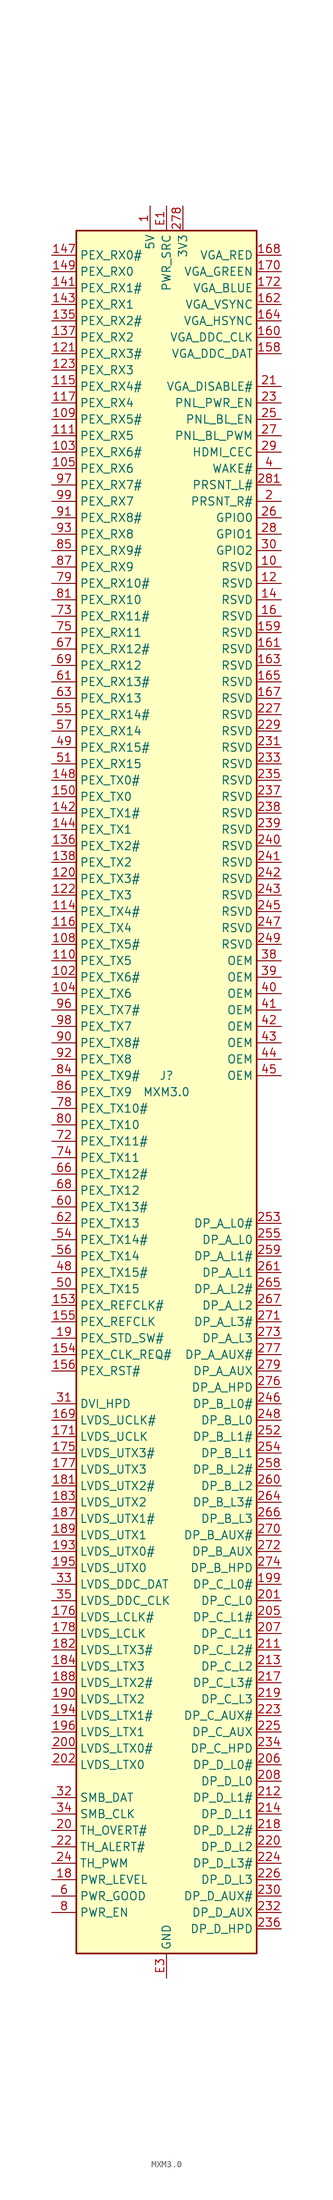
<source format=kicad_sym>
(kicad_symbol_lib
  (version 20220914)
  (generator kicad_symbol_editor)
  (symbol "MXM3.0"
    (property "Reference" "J"
      (at 0 2.54 0)
      (effects (font (size 1.27 1.27))))
    (property "Value" "MXM3.0"
      (at 0 0 0)
      (effects (font (size 1.27 1.27))))
    (symbol "MXM3.0_1_1"
      (rectangle (start -13.97 133.35) (end 13.97 -133.35) (stroke (width 0.254) (type solid)) (fill (type background)))
      (pin power_in line (at -2.54 137.16 270) (length 3.81) (name "5V" (effects (font (size 1.27 1.27)))) (number "1" (effects (font (size 1.27 1.27)))))
      (pin bidirectional line (at 17.78 81.28 180) (length 3.81) (name "RSVD" (effects (font (size 1.27 1.27)))) (number "10" (effects (font (size 1.27 1.27)))))
      (pin passive line (at 0 -137.16 90) (length 3.81) hide (name "GND" (effects (font (size 1.27 1.27)))) (number "100" (effects (font (size 1.27 1.27)))))
      (pin passive line (at 0 -137.16 90) (length 3.81) hide (name "GND" (effects (font (size 1.27 1.27)))) (number "101" (effects (font (size 1.27 1.27)))))
      (pin input line (at -17.78 17.78 0) (length 3.81) (name "PEX_TX6#" (effects (font (size 1.27 1.27)))) (number "102" (effects (font (size 1.27 1.27)))))
      (pin output line (at -17.78 99.06 0) (length 3.81) (name "PEX_RX6#" (effects (font (size 1.27 1.27)))) (number "103" (effects (font (size 1.27 1.27)))))
      (pin input line (at -17.78 15.24 0) (length 3.81) (name "PEX_TX6" (effects (font (size 1.27 1.27)))) (number "104" (effects (font (size 1.27 1.27)))))
      (pin output line (at -17.78 96.52 0) (length 3.81) (name "PEX_RX6" (effects (font (size 1.27 1.27)))) (number "105" (effects (font (size 1.27 1.27)))))
      (pin passive line (at 0 -137.16 90) (length 3.81) hide (name "GND" (effects (font (size 1.27 1.27)))) (number "106" (effects (font (size 1.27 1.27)))))
      (pin passive line (at 0 -137.16 90) (length 3.81) hide (name "GND" (effects (font (size 1.27 1.27)))) (number "107" (effects (font (size 1.27 1.27)))))
      (pin input line (at -17.78 22.86 0) (length 3.81) (name "PEX_TX5#" (effects (font (size 1.27 1.27)))) (number "108" (effects (font (size 1.27 1.27)))))
      (pin output line (at -17.78 104.14 0) (length 3.81) (name "PEX_RX5#" (effects (font (size 1.27 1.27)))) (number "109" (effects (font (size 1.27 1.27)))))
      (pin passive line (at 0 -137.16 90) (length 3.81) hide (name "GND" (effects (font (size 1.27 1.27)))) (number "11" (effects (font (size 1.27 1.27)))))
      (pin input line (at -17.78 20.32 0) (length 3.81) (name "PEX_TX5" (effects (font (size 1.27 1.27)))) (number "110" (effects (font (size 1.27 1.27)))))
      (pin output line (at -17.78 101.6 0) (length 3.81) (name "PEX_RX5" (effects (font (size 1.27 1.27)))) (number "111" (effects (font (size 1.27 1.27)))))
      (pin passive line (at 0 -137.16 90) (length 3.81) hide (name "GND" (effects (font (size 1.27 1.27)))) (number "112" (effects (font (size 1.27 1.27)))))
      (pin passive line (at 0 -137.16 90) (length 3.81) hide (name "GND" (effects (font (size 1.27 1.27)))) (number "113" (effects (font (size 1.27 1.27)))))
      (pin input line (at -17.78 27.94 0) (length 3.81) (name "PEX_TX4#" (effects (font (size 1.27 1.27)))) (number "114" (effects (font (size 1.27 1.27)))))
      (pin output line (at -17.78 109.22 0) (length 3.81) (name "PEX_RX4#" (effects (font (size 1.27 1.27)))) (number "115" (effects (font (size 1.27 1.27)))))
      (pin input line (at -17.78 25.4 0) (length 3.81) (name "PEX_TX4" (effects (font (size 1.27 1.27)))) (number "116" (effects (font (size 1.27 1.27)))))
      (pin output line (at -17.78 106.68 0) (length 3.81) (name "PEX_RX4" (effects (font (size 1.27 1.27)))) (number "117" (effects (font (size 1.27 1.27)))))
      (pin passive line (at 0 -137.16 90) (length 3.81) hide (name "GND" (effects (font (size 1.27 1.27)))) (number "118" (effects (font (size 1.27 1.27)))))
      (pin passive line (at 0 -137.16 90) (length 3.81) hide (name "GND" (effects (font (size 1.27 1.27)))) (number "119" (effects (font (size 1.27 1.27)))))
      (pin bidirectional line (at 17.78 78.74 180) (length 3.81) (name "RSVD" (effects (font (size 1.27 1.27)))) (number "12" (effects (font (size 1.27 1.27)))))
      (pin input line (at -17.78 33.02 0) (length 3.81) (name "PEX_TX3#" (effects (font (size 1.27 1.27)))) (number "120" (effects (font (size 1.27 1.27)))))
      (pin output line (at -17.78 114.3 0) (length 3.81) (name "PEX_RX3#" (effects (font (size 1.27 1.27)))) (number "121" (effects (font (size 1.27 1.27)))))
      (pin input line (at -17.78 30.48 0) (length 3.81) (name "PEX_TX3" (effects (font (size 1.27 1.27)))) (number "122" (effects (font (size 1.27 1.27)))))
      (pin output line (at -17.78 111.76 0) (length 3.81) (name "PEX_RX3" (effects (font (size 1.27 1.27)))) (number "123" (effects (font (size 1.27 1.27)))))
      (pin passive line (at 0 -137.16 90) (length 3.81) hide (name "GND" (effects (font (size 1.27 1.27)))) (number "124" (effects (font (size 1.27 1.27)))))
      (pin passive line (at 0 -137.16 90) (length 3.81) hide (name "GND" (effects (font (size 1.27 1.27)))) (number "125" (effects (font (size 1.27 1.27)))))
      (pin passive line (at 0 -137.16 90) (length 3.81) hide (name "GND" (effects (font (size 1.27 1.27)))) (number "13" (effects (font (size 1.27 1.27)))))
      (pin passive line (at 0 -137.16 90) (length 3.81) hide (name "GND" (effects (font (size 1.27 1.27)))) (number "133" (effects (font (size 1.27 1.27)))))
      (pin passive line (at 0 -137.16 90) (length 3.81) hide (name "GND" (effects (font (size 1.27 1.27)))) (number "134" (effects (font (size 1.27 1.27)))))
      (pin output line (at -17.78 119.38 0) (length 3.81) (name "PEX_RX2#" (effects (font (size 1.27 1.27)))) (number "135" (effects (font (size 1.27 1.27)))))
      (pin input line (at -17.78 38.1 0) (length 3.81) (name "PEX_TX2#" (effects (font (size 1.27 1.27)))) (number "136" (effects (font (size 1.27 1.27)))))
      (pin output line (at -17.78 116.84 0) (length 3.81) (name "PEX_RX2" (effects (font (size 1.27 1.27)))) (number "137" (effects (font (size 1.27 1.27)))))
      (pin input line (at -17.78 35.56 0) (length 3.81) (name "PEX_TX2" (effects (font (size 1.27 1.27)))) (number "138" (effects (font (size 1.27 1.27)))))
      (pin passive line (at 0 -137.16 90) (length 3.81) hide (name "GND" (effects (font (size 1.27 1.27)))) (number "139" (effects (font (size 1.27 1.27)))))
      (pin bidirectional line (at 17.78 76.2 180) (length 3.81) (name "RSVD" (effects (font (size 1.27 1.27)))) (number "14" (effects (font (size 1.27 1.27)))))
      (pin passive line (at 0 -137.16 90) (length 3.81) hide (name "GND" (effects (font (size 1.27 1.27)))) (number "140" (effects (font (size 1.27 1.27)))))
      (pin output line (at -17.78 124.46 0) (length 3.81) (name "PEX_RX1#" (effects (font (size 1.27 1.27)))) (number "141" (effects (font (size 1.27 1.27)))))
      (pin input line (at -17.78 43.18 0) (length 3.81) (name "PEX_TX1#" (effects (font (size 1.27 1.27)))) (number "142" (effects (font (size 1.27 1.27)))))
      (pin output line (at -17.78 121.92 0) (length 3.81) (name "PEX_RX1" (effects (font (size 1.27 1.27)))) (number "143" (effects (font (size 1.27 1.27)))))
      (pin input line (at -17.78 40.64 0) (length 3.81) (name "PEX_TX1" (effects (font (size 1.27 1.27)))) (number "144" (effects (font (size 1.27 1.27)))))
      (pin passive line (at 0 -137.16 90) (length 3.81) hide (name "GND" (effects (font (size 1.27 1.27)))) (number "145" (effects (font (size 1.27 1.27)))))
      (pin passive line (at 0 -137.16 90) (length 3.81) hide (name "GND" (effects (font (size 1.27 1.27)))) (number "146" (effects (font (size 1.27 1.27)))))
      (pin output line (at -17.78 129.54 0) (length 3.81) (name "PEX_RX0#" (effects (font (size 1.27 1.27)))) (number "147" (effects (font (size 1.27 1.27)))))
      (pin input line (at -17.78 48.26 0) (length 3.81) (name "PEX_TX0#" (effects (font (size 1.27 1.27)))) (number "148" (effects (font (size 1.27 1.27)))))
      (pin output line (at -17.78 127 0) (length 3.81) (name "PEX_RX0" (effects (font (size 1.27 1.27)))) (number "149" (effects (font (size 1.27 1.27)))))
      (pin passive line (at 0 -137.16 90) (length 3.81) hide (name "GND" (effects (font (size 1.27 1.27)))) (number "15" (effects (font (size 1.27 1.27)))))
      (pin input line (at -17.78 45.72 0) (length 3.81) (name "PEX_TX0" (effects (font (size 1.27 1.27)))) (number "150" (effects (font (size 1.27 1.27)))))
      (pin passive line (at 0 -137.16 90) (length 3.81) hide (name "GND" (effects (font (size 1.27 1.27)))) (number "151" (effects (font (size 1.27 1.27)))))
      (pin passive line (at 0 -137.16 90) (length 3.81) hide (name "GND" (effects (font (size 1.27 1.27)))) (number "152" (effects (font (size 1.27 1.27)))))
      (pin input line (at -17.78 -33.02 0) (length 3.81) (name "PEX_REFCLK#" (effects (font (size 1.27 1.27)))) (number "153" (effects (font (size 1.27 1.27)))))
      (pin output line (at -17.78 -40.64 0) (length 3.81) (name "PEX_CLK_REQ#" (effects (font (size 1.27 1.27)))) (number "154" (effects (font (size 1.27 1.27)))))
      (pin input line (at -17.78 -35.56 0) (length 3.81) (name "PEX_REFCLK" (effects (font (size 1.27 1.27)))) (number "155" (effects (font (size 1.27 1.27)))))
      (pin input line (at -17.78 -43.18 0) (length 3.81) (name "PEX_RST#" (effects (font (size 1.27 1.27)))) (number "156" (effects (font (size 1.27 1.27)))))
      (pin passive line (at 0 -137.16 90) (length 3.81) hide (name "GND" (effects (font (size 1.27 1.27)))) (number "157" (effects (font (size 1.27 1.27)))))
      (pin bidirectional line (at 17.78 114.3 180) (length 3.81) (name "VGA_DDC_DAT" (effects (font (size 1.27 1.27)))) (number "158" (effects (font (size 1.27 1.27)))))
      (pin bidirectional line (at 17.78 71.12 180) (length 3.81) (name "RSVD" (effects (font (size 1.27 1.27)))) (number "159" (effects (font (size 1.27 1.27)))))
      (pin bidirectional line (at 17.78 73.66 180) (length 3.81) (name "RSVD" (effects (font (size 1.27 1.27)))) (number "16" (effects (font (size 1.27 1.27)))))
      (pin output line (at 17.78 116.84 180) (length 3.81) (name "VGA_DDC_CLK" (effects (font (size 1.27 1.27)))) (number "160" (effects (font (size 1.27 1.27)))))
      (pin bidirectional line (at 17.78 68.58 180) (length 3.81) (name "RSVD" (effects (font (size 1.27 1.27)))) (number "161" (effects (font (size 1.27 1.27)))))
      (pin output line (at 17.78 121.92 180) (length 3.81) (name "VGA_VSYNC" (effects (font (size 1.27 1.27)))) (number "162" (effects (font (size 1.27 1.27)))))
      (pin bidirectional line (at 17.78 66.04 180) (length 3.81) (name "RSVD" (effects (font (size 1.27 1.27)))) (number "163" (effects (font (size 1.27 1.27)))))
      (pin output line (at 17.78 119.38 180) (length 3.81) (name "VGA_HSYNC" (effects (font (size 1.27 1.27)))) (number "164" (effects (font (size 1.27 1.27)))))
      (pin bidirectional line (at 17.78 63.5 180) (length 3.81) (name "RSVD" (effects (font (size 1.27 1.27)))) (number "165" (effects (font (size 1.27 1.27)))))
      (pin passive line (at 0 -137.16 90) (length 3.81) hide (name "GND" (effects (font (size 1.27 1.27)))) (number "166" (effects (font (size 1.27 1.27)))))
      (pin bidirectional line (at 17.78 60.96 180) (length 3.81) (name "RSVD" (effects (font (size 1.27 1.27)))) (number "167" (effects (font (size 1.27 1.27)))))
      (pin output line (at 17.78 129.54 180) (length 3.81) (name "VGA_RED" (effects (font (size 1.27 1.27)))) (number "168" (effects (font (size 1.27 1.27)))))
      (pin output line (at -17.78 -50.8 0) (length 3.81) (name "LVDS_UCLK#" (effects (font (size 1.27 1.27)))) (number "169" (effects (font (size 1.27 1.27)))))
      (pin passive line (at 0 -137.16 90) (length 3.81) hide (name "GND" (effects (font (size 1.27 1.27)))) (number "17" (effects (font (size 1.27 1.27)))))
      (pin output line (at 17.78 127 180) (length 3.81) (name "VGA_GREEN" (effects (font (size 1.27 1.27)))) (number "170" (effects (font (size 1.27 1.27)))))
      (pin output line (at -17.78 -53.34 0) (length 3.81) (name "LVDS_UCLK" (effects (font (size 1.27 1.27)))) (number "171" (effects (font (size 1.27 1.27)))))
      (pin output line (at 17.78 124.46 180) (length 3.81) (name "VGA_BLUE" (effects (font (size 1.27 1.27)))) (number "172" (effects (font (size 1.27 1.27)))))
      (pin passive line (at 0 -137.16 90) (length 3.81) hide (name "GND" (effects (font (size 1.27 1.27)))) (number "173" (effects (font (size 1.27 1.27)))))
      (pin passive line (at 0 -137.16 90) (length 3.81) hide (name "GND" (effects (font (size 1.27 1.27)))) (number "174" (effects (font (size 1.27 1.27)))))
      (pin output line (at -17.78 -55.88 0) (length 3.81) (name "LVDS_UTX3#" (effects (font (size 1.27 1.27)))) (number "175" (effects (font (size 1.27 1.27)))))
      (pin output line (at -17.78 -81.28 0) (length 3.81) (name "LVDS_LCLK#" (effects (font (size 1.27 1.27)))) (number "176" (effects (font (size 1.27 1.27)))))
      (pin output line (at -17.78 -58.42 0) (length 3.81) (name "LVDS_UTX3" (effects (font (size 1.27 1.27)))) (number "177" (effects (font (size 1.27 1.27)))))
      (pin output line (at -17.78 -83.82 0) (length 3.81) (name "LVDS_LCLK" (effects (font (size 1.27 1.27)))) (number "178" (effects (font (size 1.27 1.27)))))
      (pin passive line (at 0 -137.16 90) (length 3.81) hide (name "GND" (effects (font (size 1.27 1.27)))) (number "179" (effects (font (size 1.27 1.27)))))
      (pin input line (at -17.78 -121.92 0) (length 3.81) (name "PWR_LEVEL" (effects (font (size 1.27 1.27)))) (number "18" (effects (font (size 1.27 1.27)))))
      (pin passive line (at 0 -137.16 90) (length 3.81) hide (name "GND" (effects (font (size 1.27 1.27)))) (number "180" (effects (font (size 1.27 1.27)))))
      (pin output line (at -17.78 -60.96 0) (length 3.81) (name "LVDS_UTX2#" (effects (font (size 1.27 1.27)))) (number "181" (effects (font (size 1.27 1.27)))))
      (pin output line (at -17.78 -86.36 0) (length 3.81) (name "LVDS_LTX3#" (effects (font (size 1.27 1.27)))) (number "182" (effects (font (size 1.27 1.27)))))
      (pin output line (at -17.78 -63.5 0) (length 3.81) (name "LVDS_UTX2" (effects (font (size 1.27 1.27)))) (number "183" (effects (font (size 1.27 1.27)))))
      (pin output line (at -17.78 -88.9 0) (length 3.81) (name "LVDS_LTX3" (effects (font (size 1.27 1.27)))) (number "184" (effects (font (size 1.27 1.27)))))
      (pin passive line (at 0 -137.16 90) (length 3.81) hide (name "GND" (effects (font (size 1.27 1.27)))) (number "185" (effects (font (size 1.27 1.27)))))
      (pin passive line (at 0 -137.16 90) (length 3.81) hide (name "GND" (effects (font (size 1.27 1.27)))) (number "186" (effects (font (size 1.27 1.27)))))
      (pin output line (at -17.78 -66.04 0) (length 3.81) (name "LVDS_UTX1#" (effects (font (size 1.27 1.27)))) (number "187" (effects (font (size 1.27 1.27)))))
      (pin output line (at -17.78 -91.44 0) (length 3.81) (name "LVDS_LTX2#" (effects (font (size 1.27 1.27)))) (number "188" (effects (font (size 1.27 1.27)))))
      (pin output line (at -17.78 -68.58 0) (length 3.81) (name "LVDS_UTX1" (effects (font (size 1.27 1.27)))) (number "189" (effects (font (size 1.27 1.27)))))
      (pin input line (at -17.78 -38.1 0) (length 3.81) (name "PEX_STD_SW#" (effects (font (size 1.27 1.27)))) (number "19" (effects (font (size 1.27 1.27)))))
      (pin output line (at -17.78 -93.98 0) (length 3.81) (name "LVDS_LTX2" (effects (font (size 1.27 1.27)))) (number "190" (effects (font (size 1.27 1.27)))))
      (pin passive line (at 0 -137.16 90) (length 3.81) hide (name "GND" (effects (font (size 1.27 1.27)))) (number "191" (effects (font (size 1.27 1.27)))))
      (pin passive line (at 0 -137.16 90) (length 3.81) hide (name "GND" (effects (font (size 1.27 1.27)))) (number "192" (effects (font (size 1.27 1.27)))))
      (pin output line (at -17.78 -71.12 0) (length 3.81) (name "LVDS_UTX0#" (effects (font (size 1.27 1.27)))) (number "193" (effects (font (size 1.27 1.27)))))
      (pin output line (at -17.78 -96.52 0) (length 3.81) (name "LVDS_LTX1#" (effects (font (size 1.27 1.27)))) (number "194" (effects (font (size 1.27 1.27)))))
      (pin output line (at -17.78 -73.66 0) (length 3.81) (name "LVDS_UTX0" (effects (font (size 1.27 1.27)))) (number "195" (effects (font (size 1.27 1.27)))))
      (pin output line (at -17.78 -99.06 0) (length 3.81) (name "LVDS_LTX1" (effects (font (size 1.27 1.27)))) (number "196" (effects (font (size 1.27 1.27)))))
      (pin passive line (at 0 -137.16 90) (length 3.81) hide (name "GND" (effects (font (size 1.27 1.27)))) (number "197" (effects (font (size 1.27 1.27)))))
      (pin passive line (at 0 -137.16 90) (length 3.81) hide (name "GND" (effects (font (size 1.27 1.27)))) (number "198" (effects (font (size 1.27 1.27)))))
      (pin output line (at 17.78 -76.2 180) (length 3.81) (name "DP_C_L0#" (effects (font (size 1.27 1.27)))) (number "199" (effects (font (size 1.27 1.27)))))
      (pin output line (at 17.78 91.44 180) (length 3.81) (name "PRSNT_R#" (effects (font (size 1.27 1.27)))) (number "2" (effects (font (size 1.27 1.27)))))
      (pin output line (at -17.78 -114.3 0) (length 3.81) (name "TH_OVERT#" (effects (font (size 1.27 1.27)))) (number "20" (effects (font (size 1.27 1.27)))))
      (pin output line (at -17.78 -101.6 0) (length 3.81) (name "LVDS_LTX0#" (effects (font (size 1.27 1.27)))) (number "200" (effects (font (size 1.27 1.27)))))
      (pin output line (at 17.78 -78.74 180) (length 3.81) (name "DP_C_L0" (effects (font (size 1.27 1.27)))) (number "201" (effects (font (size 1.27 1.27)))))
      (pin output line (at -17.78 -104.14 0) (length 3.81) (name "LVDS_LTX0" (effects (font (size 1.27 1.27)))) (number "202" (effects (font (size 1.27 1.27)))))
      (pin passive line (at 0 -137.16 90) (length 3.81) hide (name "GND" (effects (font (size 1.27 1.27)))) (number "203" (effects (font (size 1.27 1.27)))))
      (pin passive line (at 0 -137.16 90) (length 3.81) hide (name "GND" (effects (font (size 1.27 1.27)))) (number "204" (effects (font (size 1.27 1.27)))))
      (pin output line (at 17.78 -81.28 180) (length 3.81) (name "DP_C_L1#" (effects (font (size 1.27 1.27)))) (number "205" (effects (font (size 1.27 1.27)))))
      (pin output line (at 17.78 -104.14 180) (length 3.81) (name "DP_D_L0#" (effects (font (size 1.27 1.27)))) (number "206" (effects (font (size 1.27 1.27)))))
      (pin output line (at 17.78 -83.82 180) (length 3.81) (name "DP_C_L1" (effects (font (size 1.27 1.27)))) (number "207" (effects (font (size 1.27 1.27)))))
      (pin output line (at 17.78 -106.68 180) (length 3.81) (name "DP_D_L0" (effects (font (size 1.27 1.27)))) (number "208" (effects (font (size 1.27 1.27)))))
      (pin passive line (at 0 -137.16 90) (length 3.81) hide (name "GND" (effects (font (size 1.27 1.27)))) (number "209" (effects (font (size 1.27 1.27)))))
      (pin input line (at 17.78 109.22 180) (length 3.81) (name "VGA_DISABLE#" (effects (font (size 1.27 1.27)))) (number "21" (effects (font (size 1.27 1.27)))))
      (pin passive line (at 0 -137.16 90) (length 3.81) hide (name "GND" (effects (font (size 1.27 1.27)))) (number "210" (effects (font (size 1.27 1.27)))))
      (pin output line (at 17.78 -86.36 180) (length 3.81) (name "DP_C_L2#" (effects (font (size 1.27 1.27)))) (number "211" (effects (font (size 1.27 1.27)))))
      (pin output line (at 17.78 -109.22 180) (length 3.81) (name "DP_D_L1#" (effects (font (size 1.27 1.27)))) (number "212" (effects (font (size 1.27 1.27)))))
      (pin output line (at 17.78 -88.9 180) (length 3.81) (name "DP_C_L2" (effects (font (size 1.27 1.27)))) (number "213" (effects (font (size 1.27 1.27)))))
      (pin output line (at 17.78 -111.76 180) (length 3.81) (name "DP_D_L1" (effects (font (size 1.27 1.27)))) (number "214" (effects (font (size 1.27 1.27)))))
      (pin passive line (at 0 -137.16 90) (length 3.81) hide (name "GND" (effects (font (size 1.27 1.27)))) (number "215" (effects (font (size 1.27 1.27)))))
      (pin passive line (at 0 -137.16 90) (length 3.81) hide (name "GND" (effects (font (size 1.27 1.27)))) (number "216" (effects (font (size 1.27 1.27)))))
      (pin output line (at 17.78 -91.44 180) (length 3.81) (name "DP_C_L3#" (effects (font (size 1.27 1.27)))) (number "217" (effects (font (size 1.27 1.27)))))
      (pin output line (at 17.78 -114.3 180) (length 3.81) (name "DP_D_L2#" (effects (font (size 1.27 1.27)))) (number "218" (effects (font (size 1.27 1.27)))))
      (pin output line (at 17.78 -93.98 180) (length 3.81) (name "DP_C_L3" (effects (font (size 1.27 1.27)))) (number "219" (effects (font (size 1.27 1.27)))))
      (pin bidirectional line (at -17.78 -116.84 0) (length 3.81) (name "TH_ALERT#" (effects (font (size 1.27 1.27)))) (number "22" (effects (font (size 1.27 1.27)))))
      (pin output line (at 17.78 -116.84 180) (length 3.81) (name "DP_D_L2" (effects (font (size 1.27 1.27)))) (number "220" (effects (font (size 1.27 1.27)))))
      (pin passive line (at 0 -137.16 90) (length 3.81) hide (name "GND" (effects (font (size 1.27 1.27)))) (number "221" (effects (font (size 1.27 1.27)))))
      (pin passive line (at 0 -137.16 90) (length 3.81) hide (name "GND" (effects (font (size 1.27 1.27)))) (number "222" (effects (font (size 1.27 1.27)))))
      (pin bidirectional line (at 17.78 -96.52 180) (length 3.81) (name "DP_C_AUX#" (effects (font (size 1.27 1.27)))) (number "223" (effects (font (size 1.27 1.27)))))
      (pin output line (at 17.78 -119.38 180) (length 3.81) (name "DP_D_L3#" (effects (font (size 1.27 1.27)))) (number "224" (effects (font (size 1.27 1.27)))))
      (pin bidirectional line (at 17.78 -99.06 180) (length 3.81) (name "DP_C_AUX" (effects (font (size 1.27 1.27)))) (number "225" (effects (font (size 1.27 1.27)))))
      (pin output line (at 17.78 -121.92 180) (length 3.81) (name "DP_D_L3" (effects (font (size 1.27 1.27)))) (number "226" (effects (font (size 1.27 1.27)))))
      (pin bidirectional line (at 17.78 58.42 180) (length 3.81) (name "RSVD" (effects (font (size 1.27 1.27)))) (number "227" (effects (font (size 1.27 1.27)))))
      (pin passive line (at 0 -137.16 90) (length 3.81) hide (name "GND" (effects (font (size 1.27 1.27)))) (number "228" (effects (font (size 1.27 1.27)))))
      (pin bidirectional line (at 17.78 55.88 180) (length 3.81) (name "RSVD" (effects (font (size 1.27 1.27)))) (number "229" (effects (font (size 1.27 1.27)))))
      (pin output line (at 17.78 106.68 180) (length 3.81) (name "PNL_PWR_EN" (effects (font (size 1.27 1.27)))) (number "23" (effects (font (size 1.27 1.27)))))
      (pin bidirectional line (at 17.78 -124.46 180) (length 3.81) (name "DP_D_AUX#" (effects (font (size 1.27 1.27)))) (number "230" (effects (font (size 1.27 1.27)))))
      (pin bidirectional line (at 17.78 53.34 180) (length 3.81) (name "RSVD" (effects (font (size 1.27 1.27)))) (number "231" (effects (font (size 1.27 1.27)))))
      (pin bidirectional line (at 17.78 -127 180) (length 3.81) (name "DP_D_AUX" (effects (font (size 1.27 1.27)))) (number "232" (effects (font (size 1.27 1.27)))))
      (pin bidirectional line (at 17.78 50.8 180) (length 3.81) (name "RSVD" (effects (font (size 1.27 1.27)))) (number "233" (effects (font (size 1.27 1.27)))))
      (pin input line (at 17.78 -101.6 180) (length 3.81) (name "DP_C_HPD" (effects (font (size 1.27 1.27)))) (number "234" (effects (font (size 1.27 1.27)))))
      (pin bidirectional line (at 17.78 48.26 180) (length 3.81) (name "RSVD" (effects (font (size 1.27 1.27)))) (number "235" (effects (font (size 1.27 1.27)))))
      (pin input line (at 17.78 -129.54 180) (length 3.81) (name "DP_D_HPD" (effects (font (size 1.27 1.27)))) (number "236" (effects (font (size 1.27 1.27)))))
      (pin bidirectional line (at 17.78 45.72 180) (length 3.81) (name "RSVD" (effects (font (size 1.27 1.27)))) (number "237" (effects (font (size 1.27 1.27)))))
      (pin bidirectional line (at 17.78 43.18 180) (length 3.81) (name "RSVD" (effects (font (size 1.27 1.27)))) (number "238" (effects (font (size 1.27 1.27)))))
      (pin bidirectional line (at 17.78 40.64 180) (length 3.81) (name "RSVD" (effects (font (size 1.27 1.27)))) (number "239" (effects (font (size 1.27 1.27)))))
      (pin output line (at -17.78 -119.38 0) (length 3.81) (name "TH_PWM" (effects (font (size 1.27 1.27)))) (number "24" (effects (font (size 1.27 1.27)))))
      (pin bidirectional line (at 17.78 38.1 180) (length 3.81) (name "RSVD" (effects (font (size 1.27 1.27)))) (number "240" (effects (font (size 1.27 1.27)))))
      (pin bidirectional line (at 17.78 35.56 180) (length 3.81) (name "RSVD" (effects (font (size 1.27 1.27)))) (number "241" (effects (font (size 1.27 1.27)))))
      (pin bidirectional line (at 17.78 33.02 180) (length 3.81) (name "RSVD" (effects (font (size 1.27 1.27)))) (number "242" (effects (font (size 1.27 1.27)))))
      (pin bidirectional line (at 17.78 30.48 180) (length 3.81) (name "RSVD" (effects (font (size 1.27 1.27)))) (number "243" (effects (font (size 1.27 1.27)))))
      (pin passive line (at 0 -137.16 90) (length 3.81) hide (name "GND" (effects (font (size 1.27 1.27)))) (number "244" (effects (font (size 1.27 1.27)))))
      (pin bidirectional line (at 17.78 27.94 180) (length 3.81) (name "RSVD" (effects (font (size 1.27 1.27)))) (number "245" (effects (font (size 1.27 1.27)))))
      (pin output line (at 17.78 -48.26 180) (length 3.81) (name "DP_B_L0#" (effects (font (size 1.27 1.27)))) (number "246" (effects (font (size 1.27 1.27)))))
      (pin bidirectional line (at 17.78 25.4 180) (length 3.81) (name "RSVD" (effects (font (size 1.27 1.27)))) (number "247" (effects (font (size 1.27 1.27)))))
      (pin output line (at 17.78 -50.8 180) (length 3.81) (name "DP_B_L0" (effects (font (size 1.27 1.27)))) (number "248" (effects (font (size 1.27 1.27)))))
      (pin bidirectional line (at 17.78 22.86 180) (length 3.81) (name "RSVD" (effects (font (size 1.27 1.27)))) (number "249" (effects (font (size 1.27 1.27)))))
      (pin output line (at 17.78 104.14 180) (length 3.81) (name "PNL_BL_EN" (effects (font (size 1.27 1.27)))) (number "25" (effects (font (size 1.27 1.27)))))
      (pin passive line (at 0 -137.16 90) (length 3.81) hide (name "GND" (effects (font (size 1.27 1.27)))) (number "250" (effects (font (size 1.27 1.27)))))
      (pin passive line (at 0 -137.16 90) (length 3.81) hide (name "GND" (effects (font (size 1.27 1.27)))) (number "251" (effects (font (size 1.27 1.27)))))
      (pin output line (at 17.78 -53.34 180) (length 3.81) (name "DP_B_L1#" (effects (font (size 1.27 1.27)))) (number "252" (effects (font (size 1.27 1.27)))))
      (pin output line (at 17.78 -20.32 180) (length 3.81) (name "DP_A_L0#" (effects (font (size 1.27 1.27)))) (number "253" (effects (font (size 1.27 1.27)))))
      (pin output line (at 17.78 -55.88 180) (length 3.81) (name "DP_B_L1" (effects (font (size 1.27 1.27)))) (number "254" (effects (font (size 1.27 1.27)))))
      (pin output line (at 17.78 -22.86 180) (length 3.81) (name "DP_A_L0" (effects (font (size 1.27 1.27)))) (number "255" (effects (font (size 1.27 1.27)))))
      (pin passive line (at 0 -137.16 90) (length 3.81) hide (name "GND" (effects (font (size 1.27 1.27)))) (number "256" (effects (font (size 1.27 1.27)))))
      (pin passive line (at 0 -137.16 90) (length 3.81) hide (name "GND" (effects (font (size 1.27 1.27)))) (number "257" (effects (font (size 1.27 1.27)))))
      (pin output line (at 17.78 -58.42 180) (length 3.81) (name "DP_B_L2#" (effects (font (size 1.27 1.27)))) (number "258" (effects (font (size 1.27 1.27)))))
      (pin output line (at 17.78 -25.4 180) (length 3.81) (name "DP_A_L1#" (effects (font (size 1.27 1.27)))) (number "259" (effects (font (size 1.27 1.27)))))
      (pin bidirectional line (at 17.78 88.9 180) (length 3.81) (name "GPIO0" (effects (font (size 1.27 1.27)))) (number "26" (effects (font (size 1.27 1.27)))))
      (pin output line (at 17.78 -60.96 180) (length 3.81) (name "DP_B_L2" (effects (font (size 1.27 1.27)))) (number "260" (effects (font (size 1.27 1.27)))))
      (pin output line (at 17.78 -27.94 180) (length 3.81) (name "DP_A_L1" (effects (font (size 1.27 1.27)))) (number "261" (effects (font (size 1.27 1.27)))))
      (pin passive line (at 0 -137.16 90) (length 3.81) hide (name "GND" (effects (font (size 1.27 1.27)))) (number "262" (effects (font (size 1.27 1.27)))))
      (pin passive line (at 0 -137.16 90) (length 3.81) hide (name "GND" (effects (font (size 1.27 1.27)))) (number "263" (effects (font (size 1.27 1.27)))))
      (pin output line (at 17.78 -63.5 180) (length 3.81) (name "DP_B_L3#" (effects (font (size 1.27 1.27)))) (number "264" (effects (font (size 1.27 1.27)))))
      (pin output line (at 17.78 -30.48 180) (length 3.81) (name "DP_A_L2#" (effects (font (size 1.27 1.27)))) (number "265" (effects (font (size 1.27 1.27)))))
      (pin output line (at 17.78 -66.04 180) (length 3.81) (name "DP_B_L3" (effects (font (size 1.27 1.27)))) (number "266" (effects (font (size 1.27 1.27)))))
      (pin output line (at 17.78 -33.02 180) (length 3.81) (name "DP_A_L2" (effects (font (size 1.27 1.27)))) (number "267" (effects (font (size 1.27 1.27)))))
      (pin passive line (at 0 -137.16 90) (length 3.81) hide (name "GND" (effects (font (size 1.27 1.27)))) (number "268" (effects (font (size 1.27 1.27)))))
      (pin passive line (at 0 -137.16 90) (length 3.81) hide (name "GND" (effects (font (size 1.27 1.27)))) (number "269" (effects (font (size 1.27 1.27)))))
      (pin output line (at 17.78 101.6 180) (length 3.81) (name "PNL_BL_PWM" (effects (font (size 1.27 1.27)))) (number "27" (effects (font (size 1.27 1.27)))))
      (pin bidirectional line (at 17.78 -68.58 180) (length 3.81) (name "DP_B_AUX#" (effects (font (size 1.27 1.27)))) (number "270" (effects (font (size 1.27 1.27)))))
      (pin output line (at 17.78 -35.56 180) (length 3.81) (name "DP_A_L3#" (effects (font (size 1.27 1.27)))) (number "271" (effects (font (size 1.27 1.27)))))
      (pin bidirectional line (at 17.78 -71.12 180) (length 3.81) (name "DP_B_AUX" (effects (font (size 1.27 1.27)))) (number "272" (effects (font (size 1.27 1.27)))))
      (pin output line (at 17.78 -38.1 180) (length 3.81) (name "DP_A_L3" (effects (font (size 1.27 1.27)))) (number "273" (effects (font (size 1.27 1.27)))))
      (pin input line (at 17.78 -73.66 180) (length 3.81) (name "DP_B_HPD" (effects (font (size 1.27 1.27)))) (number "274" (effects (font (size 1.27 1.27)))))
      (pin passive line (at 0 -137.16 90) (length 3.81) hide (name "GND" (effects (font (size 1.27 1.27)))) (number "275" (effects (font (size 1.27 1.27)))))
      (pin input line (at 17.78 -45.72 180) (length 3.81) (name "DP_A_HPD" (effects (font (size 1.27 1.27)))) (number "276" (effects (font (size 1.27 1.27)))))
      (pin bidirectional line (at 17.78 -40.64 180) (length 3.81) (name "DP_A_AUX#" (effects (font (size 1.27 1.27)))) (number "277" (effects (font (size 1.27 1.27)))))
      (pin power_in line (at 2.54 137.16 270) (length 3.81) (name "3V3" (effects (font (size 1.27 1.27)))) (number "278" (effects (font (size 1.27 1.27)))))
      (pin bidirectional line (at 17.78 -43.18 180) (length 3.81) (name "DP_A_AUX" (effects (font (size 1.27 1.27)))) (number "279" (effects (font (size 1.27 1.27)))))
      (pin bidirectional line (at 17.78 86.36 180) (length 3.81) (name "GPIO1" (effects (font (size 1.27 1.27)))) (number "28" (effects (font (size 1.27 1.27)))))
      (pin passive line (at 2.54 137.16 270) (length 3.81) hide (name "3V3" (effects (font (size 1.27 1.27)))) (number "280" (effects (font (size 1.27 1.27)))))
      (pin output line (at 17.78 93.98 180) (length 3.81) (name "PRSNT_L#" (effects (font (size 1.27 1.27)))) (number "281" (effects (font (size 1.27 1.27)))))
      (pin bidirectional line (at 17.78 99.06 180) (length 3.81) (name "HDMI_CEC" (effects (font (size 1.27 1.27)))) (number "29" (effects (font (size 1.27 1.27)))))
      (pin passive line (at -2.54 137.16 270) (length 3.81) hide (name "5V" (effects (font (size 1.27 1.27)))) (number "3" (effects (font (size 1.27 1.27)))))
      (pin bidirectional line (at 17.78 83.82 180) (length 3.81) (name "GPIO2" (effects (font (size 1.27 1.27)))) (number "30" (effects (font (size 1.27 1.27)))))
      (pin input line (at -17.78 -48.26 0) (length 3.81) (name "DVI_HPD" (effects (font (size 1.27 1.27)))) (number "31" (effects (font (size 1.27 1.27)))))
      (pin bidirectional line (at -17.78 -109.22 0) (length 3.81) (name "SMB_DAT" (effects (font (size 1.27 1.27)))) (number "32" (effects (font (size 1.27 1.27)))))
      (pin bidirectional line (at -17.78 -76.2 0) (length 3.81) (name "LVDS_DDC_DAT" (effects (font (size 1.27 1.27)))) (number "33" (effects (font (size 1.27 1.27)))))
      (pin input line (at -17.78 -111.76 0) (length 3.81) (name "SMB_CLK" (effects (font (size 1.27 1.27)))) (number "34" (effects (font (size 1.27 1.27)))))
      (pin output line (at -17.78 -78.74 0) (length 3.81) (name "LVDS_DDC_CLK" (effects (font (size 1.27 1.27)))) (number "35" (effects (font (size 1.27 1.27)))))
      (pin passive line (at 0 -137.16 90) (length 3.81) hide (name "GND" (effects (font (size 1.27 1.27)))) (number "36" (effects (font (size 1.27 1.27)))))
      (pin passive line (at 0 -137.16 90) (length 3.81) hide (name "GND" (effects (font (size 1.27 1.27)))) (number "37" (effects (font (size 1.27 1.27)))))
      (pin bidirectional line (at 17.78 20.32 180) (length 3.81) (name "OEM" (effects (font (size 1.27 1.27)))) (number "38" (effects (font (size 1.27 1.27)))))
      (pin bidirectional line (at 17.78 17.78 180) (length 3.81) (name "OEM" (effects (font (size 1.27 1.27)))) (number "39" (effects (font (size 1.27 1.27)))))
      (pin output line (at 17.78 96.52 180) (length 3.81) (name "WAKE#" (effects (font (size 1.27 1.27)))) (number "4" (effects (font (size 1.27 1.27)))))
      (pin bidirectional line (at 17.78 15.24 180) (length 3.81) (name "OEM" (effects (font (size 1.27 1.27)))) (number "40" (effects (font (size 1.27 1.27)))))
      (pin bidirectional line (at 17.78 12.7 180) (length 3.81) (name "OEM" (effects (font (size 1.27 1.27)))) (number "41" (effects (font (size 1.27 1.27)))))
      (pin bidirectional line (at 17.78 10.16 180) (length 3.81) (name "OEM" (effects (font (size 1.27 1.27)))) (number "42" (effects (font (size 1.27 1.27)))))
      (pin bidirectional line (at 17.78 7.62 180) (length 3.81) (name "OEM" (effects (font (size 1.27 1.27)))) (number "43" (effects (font (size 1.27 1.27)))))
      (pin bidirectional line (at 17.78 5.08 180) (length 3.81) (name "OEM" (effects (font (size 1.27 1.27)))) (number "44" (effects (font (size 1.27 1.27)))))
      (pin bidirectional line (at 17.78 2.54 180) (length 3.81) (name "OEM" (effects (font (size 1.27 1.27)))) (number "45" (effects (font (size 1.27 1.27)))))
      (pin passive line (at 0 -137.16 90) (length 3.81) hide (name "GND" (effects (font (size 1.27 1.27)))) (number "46" (effects (font (size 1.27 1.27)))))
      (pin passive line (at 0 -137.16 90) (length 3.81) hide (name "GND" (effects (font (size 1.27 1.27)))) (number "47" (effects (font (size 1.27 1.27)))))
      (pin input line (at -17.78 -27.94 0) (length 3.81) (name "PEX_TX15#" (effects (font (size 1.27 1.27)))) (number "48" (effects (font (size 1.27 1.27)))))
      (pin output line (at -17.78 53.34 0) (length 3.81) (name "PEX_RX15#" (effects (font (size 1.27 1.27)))) (number "49" (effects (font (size 1.27 1.27)))))
      (pin passive line (at -2.54 137.16 270) (length 3.81) hide (name "5V" (effects (font (size 1.27 1.27)))) (number "5" (effects (font (size 1.27 1.27)))))
      (pin input line (at -17.78 -30.48 0) (length 3.81) (name "PEX_TX15" (effects (font (size 1.27 1.27)))) (number "50" (effects (font (size 1.27 1.27)))))
      (pin output line (at -17.78 50.8 0) (length 3.81) (name "PEX_RX15" (effects (font (size 1.27 1.27)))) (number "51" (effects (font (size 1.27 1.27)))))
      (pin passive line (at 0 -137.16 90) (length 3.81) hide (name "GND" (effects (font (size 1.27 1.27)))) (number "52" (effects (font (size 1.27 1.27)))))
      (pin passive line (at 0 -137.16 90) (length 3.81) hide (name "GND" (effects (font (size 1.27 1.27)))) (number "53" (effects (font (size 1.27 1.27)))))
      (pin input line (at -17.78 -22.86 0) (length 3.81) (name "PEX_TX14#" (effects (font (size 1.27 1.27)))) (number "54" (effects (font (size 1.27 1.27)))))
      (pin output line (at -17.78 58.42 0) (length 3.81) (name "PEX_RX14#" (effects (font (size 1.27 1.27)))) (number "55" (effects (font (size 1.27 1.27)))))
      (pin input line (at -17.78 -25.4 0) (length 3.81) (name "PEX_TX14" (effects (font (size 1.27 1.27)))) (number "56" (effects (font (size 1.27 1.27)))))
      (pin output line (at -17.78 55.88 0) (length 3.81) (name "PEX_RX14" (effects (font (size 1.27 1.27)))) (number "57" (effects (font (size 1.27 1.27)))))
      (pin passive line (at 0 -137.16 90) (length 3.81) hide (name "GND" (effects (font (size 1.27 1.27)))) (number "58" (effects (font (size 1.27 1.27)))))
      (pin passive line (at 0 -137.16 90) (length 3.81) hide (name "GND" (effects (font (size 1.27 1.27)))) (number "59" (effects (font (size 1.27 1.27)))))
      (pin output line (at -17.78 -124.46 0) (length 3.81) (name "PWR_GOOD" (effects (font (size 1.27 1.27)))) (number "6" (effects (font (size 1.27 1.27)))))
      (pin input line (at -17.78 -17.78 0) (length 3.81) (name "PEX_TX13#" (effects (font (size 1.27 1.27)))) (number "60" (effects (font (size 1.27 1.27)))))
      (pin output line (at -17.78 63.5 0) (length 3.81) (name "PEX_RX13#" (effects (font (size 1.27 1.27)))) (number "61" (effects (font (size 1.27 1.27)))))
      (pin input line (at -17.78 -20.32 0) (length 3.81) (name "PEX_TX13" (effects (font (size 1.27 1.27)))) (number "62" (effects (font (size 1.27 1.27)))))
      (pin output line (at -17.78 60.96 0) (length 3.81) (name "PEX_RX13" (effects (font (size 1.27 1.27)))) (number "63" (effects (font (size 1.27 1.27)))))
      (pin passive line (at 0 -137.16 90) (length 3.81) hide (name "GND" (effects (font (size 1.27 1.27)))) (number "64" (effects (font (size 1.27 1.27)))))
      (pin passive line (at 0 -137.16 90) (length 3.81) hide (name "GND" (effects (font (size 1.27 1.27)))) (number "65" (effects (font (size 1.27 1.27)))))
      (pin input line (at -17.78 -12.7 0) (length 3.81) (name "PEX_TX12#" (effects (font (size 1.27 1.27)))) (number "66" (effects (font (size 1.27 1.27)))))
      (pin output line (at -17.78 68.58 0) (length 3.81) (name "PEX_RX12#" (effects (font (size 1.27 1.27)))) (number "67" (effects (font (size 1.27 1.27)))))
      (pin input line (at -17.78 -15.24 0) (length 3.81) (name "PEX_TX12" (effects (font (size 1.27 1.27)))) (number "68" (effects (font (size 1.27 1.27)))))
      (pin output line (at -17.78 66.04 0) (length 3.81) (name "PEX_RX12" (effects (font (size 1.27 1.27)))) (number "69" (effects (font (size 1.27 1.27)))))
      (pin passive line (at -2.54 137.16 270) (length 3.81) hide (name "5V" (effects (font (size 1.27 1.27)))) (number "7" (effects (font (size 1.27 1.27)))))
      (pin passive line (at 0 -137.16 90) (length 3.81) hide (name "GND" (effects (font (size 1.27 1.27)))) (number "70" (effects (font (size 1.27 1.27)))))
      (pin passive line (at 0 -137.16 90) (length 3.81) hide (name "GND" (effects (font (size 1.27 1.27)))) (number "71" (effects (font (size 1.27 1.27)))))
      (pin input line (at -17.78 -7.62 0) (length 3.81) (name "PEX_TX11#" (effects (font (size 1.27 1.27)))) (number "72" (effects (font (size 1.27 1.27)))))
      (pin output line (at -17.78 73.66 0) (length 3.81) (name "PEX_RX11#" (effects (font (size 1.27 1.27)))) (number "73" (effects (font (size 1.27 1.27)))))
      (pin input line (at -17.78 -10.16 0) (length 3.81) (name "PEX_TX11" (effects (font (size 1.27 1.27)))) (number "74" (effects (font (size 1.27 1.27)))))
      (pin output line (at -17.78 71.12 0) (length 3.81) (name "PEX_RX11" (effects (font (size 1.27 1.27)))) (number "75" (effects (font (size 1.27 1.27)))))
      (pin passive line (at 0 -137.16 90) (length 3.81) hide (name "GND" (effects (font (size 1.27 1.27)))) (number "76" (effects (font (size 1.27 1.27)))))
      (pin passive line (at 0 -137.16 90) (length 3.81) hide (name "GND" (effects (font (size 1.27 1.27)))) (number "77" (effects (font (size 1.27 1.27)))))
      (pin input line (at -17.78 -2.54 0) (length 3.81) (name "PEX_TX10#" (effects (font (size 1.27 1.27)))) (number "78" (effects (font (size 1.27 1.27)))))
      (pin output line (at -17.78 78.74 0) (length 3.81) (name "PEX_RX10#" (effects (font (size 1.27 1.27)))) (number "79" (effects (font (size 1.27 1.27)))))
      (pin input line (at -17.78 -127 0) (length 3.81) (name "PWR_EN" (effects (font (size 1.27 1.27)))) (number "8" (effects (font (size 1.27 1.27)))))
      (pin input line (at -17.78 -5.08 0) (length 3.81) (name "PEX_TX10" (effects (font (size 1.27 1.27)))) (number "80" (effects (font (size 1.27 1.27)))))
      (pin output line (at -17.78 76.2 0) (length 3.81) (name "PEX_RX10" (effects (font (size 1.27 1.27)))) (number "81" (effects (font (size 1.27 1.27)))))
      (pin passive line (at 0 -137.16 90) (length 3.81) hide (name "GND" (effects (font (size 1.27 1.27)))) (number "82" (effects (font (size 1.27 1.27)))))
      (pin passive line (at 0 -137.16 90) (length 3.81) hide (name "GND" (effects (font (size 1.27 1.27)))) (number "83" (effects (font (size 1.27 1.27)))))
      (pin input line (at -17.78 2.54 0) (length 3.81) (name "PEX_TX9#" (effects (font (size 1.27 1.27)))) (number "84" (effects (font (size 1.27 1.27)))))
      (pin output line (at -17.78 83.82 0) (length 3.81) (name "PEX_RX9#" (effects (font (size 1.27 1.27)))) (number "85" (effects (font (size 1.27 1.27)))))
      (pin input line (at -17.78 0 0) (length 3.81) (name "PEX_TX9" (effects (font (size 1.27 1.27)))) (number "86" (effects (font (size 1.27 1.27)))))
      (pin output line (at -17.78 81.28 0) (length 3.81) (name "PEX_RX9" (effects (font (size 1.27 1.27)))) (number "87" (effects (font (size 1.27 1.27)))))
      (pin passive line (at 0 -137.16 90) (length 3.81) hide (name "GND" (effects (font (size 1.27 1.27)))) (number "88" (effects (font (size 1.27 1.27)))))
      (pin passive line (at 0 -137.16 90) (length 3.81) hide (name "GND" (effects (font (size 1.27 1.27)))) (number "89" (effects (font (size 1.27 1.27)))))
      (pin passive line (at -2.54 137.16 270) (length 3.81) hide (name "5V" (effects (font (size 1.27 1.27)))) (number "9" (effects (font (size 1.27 1.27)))))
      (pin input line (at -17.78 7.62 0) (length 3.81) (name "PEX_TX8#" (effects (font (size 1.27 1.27)))) (number "90" (effects (font (size 1.27 1.27)))))
      (pin output line (at -17.78 88.9 0) (length 3.81) (name "PEX_RX8#" (effects (font (size 1.27 1.27)))) (number "91" (effects (font (size 1.27 1.27)))))
      (pin input line (at -17.78 5.08 0) (length 3.81) (name "PEX_TX8" (effects (font (size 1.27 1.27)))) (number "92" (effects (font (size 1.27 1.27)))))
      (pin output line (at -17.78 86.36 0) (length 3.81) (name "PEX_RX8" (effects (font (size 1.27 1.27)))) (number "93" (effects (font (size 1.27 1.27)))))
      (pin passive line (at 0 -137.16 90) (length 3.81) hide (name "GND" (effects (font (size 1.27 1.27)))) (number "94" (effects (font (size 1.27 1.27)))))
      (pin passive line (at 0 -137.16 90) (length 3.81) hide (name "GND" (effects (font (size 1.27 1.27)))) (number "95" (effects (font (size 1.27 1.27)))))
      (pin input line (at -17.78 12.7 0) (length 3.81) (name "PEX_TX7#" (effects (font (size 1.27 1.27)))) (number "96" (effects (font (size 1.27 1.27)))))
      (pin output line (at -17.78 93.98 0) (length 3.81) (name "PEX_RX7#" (effects (font (size 1.27 1.27)))) (number "97" (effects (font (size 1.27 1.27)))))
      (pin input line (at -17.78 10.16 0) (length 3.81) (name "PEX_TX7" (effects (font (size 1.27 1.27)))) (number "98" (effects (font (size 1.27 1.27)))))
      (pin output line (at -17.78 91.44 0) (length 3.81) (name "PEX_RX7" (effects (font (size 1.27 1.27)))) (number "99" (effects (font (size 1.27 1.27)))))
      (pin power_in line (at 0 137.16 270) (length 3.81) (name "PWR_SRC" (effects (font (size 1.27 1.27)))) (number "E1" (effects (font (size 1.27 1.27)))))
      (pin passive line (at 0 137.16 270) (length 3.81) hide (name "PWR_SRC" (effects (font (size 1.27 1.27)))) (number "E2" (effects (font (size 1.27 1.27)))))
      (pin power_in line (at 0 -137.16 90) (length 3.81) (name "GND" (effects (font (size 1.27 1.27)))) (number "E3" (effects (font (size 1.27 1.27)))))
      (pin passive line (at 0 -137.16 90) (length 3.81) hide (name "GND" (effects (font (size 1.27 1.27)))) (number "E4" (effects (font (size 1.27 1.27))))))))
</source>
